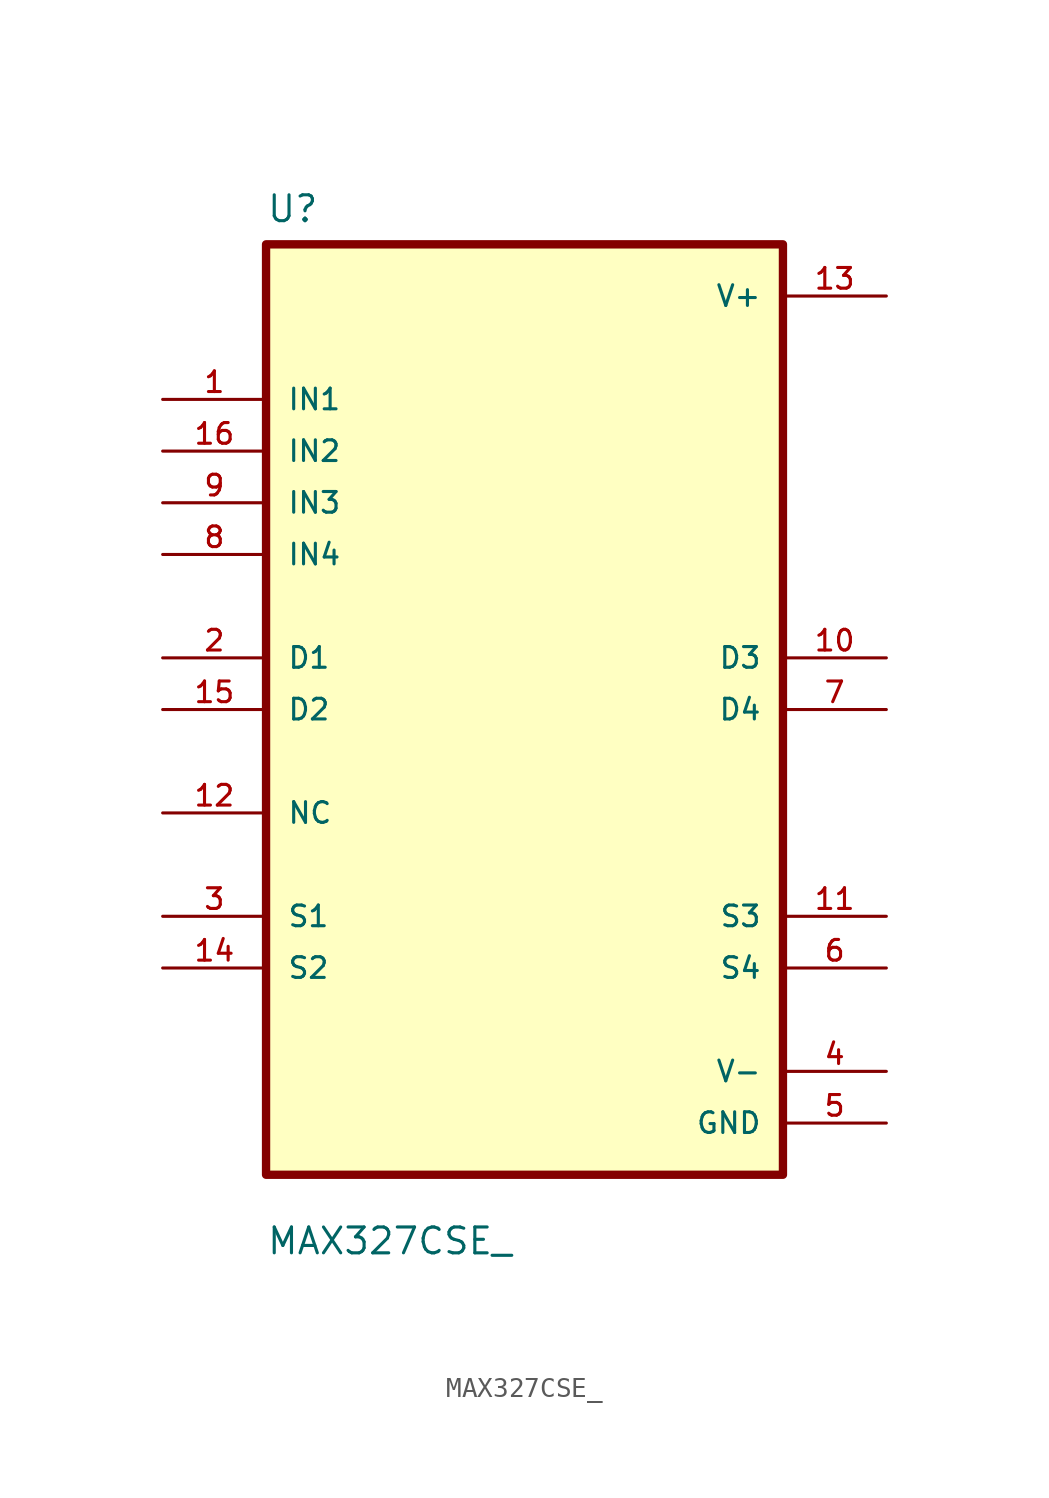
<source format=kicad_sym>
(kicad_symbol_lib
  (version 20211014)
  (generator kicad_symbol_editor)
  (symbol "MAX327CSE_"
    (pin_names
      (offset 1.016))
    (property "Reference" "U"
      (at -12.7 23.86 0.0)
      (effects (font (size 1.27 1.27)) (justify bottom left)))
    (property "Value" "MAX327CSE_"
      (at -12.7 -26.86 0.0)
      (effects (font (size 1.27 1.27)) (justify bottom left)))
    (symbol "MAX327CSE__0_0"
      (rectangle (start -12.7 -22.86) (end 12.7 22.86) (stroke (width 0.41)) (fill (type background)))
      (pin input line (at -17.78 15.24 0) (length 5.08) (name "IN1" (effects (font (size 1.016 1.016)))) (number "1" (effects (font (size 1.016 1.016)))))
      (pin input line (at -17.78 12.7 0) (length 5.08) (name "IN2" (effects (font (size 1.016 1.016)))) (number "16" (effects (font (size 1.016 1.016)))))
      (pin input line (at -17.78 10.16 0) (length 5.08) (name "IN3" (effects (font (size 1.016 1.016)))) (number "9" (effects (font (size 1.016 1.016)))))
      (pin input line (at -17.78 7.62 0) (length 5.08) (name "IN4" (effects (font (size 1.016 1.016)))) (number "8" (effects (font (size 1.016 1.016)))))
      (pin bidirectional line (at -17.78 2.54 0) (length 5.08) (name "D1" (effects (font (size 1.016 1.016)))) (number "2" (effects (font (size 1.016 1.016)))))
      (pin bidirectional line (at -17.78 3.55271e-15 0) (length 5.08) (name "D2" (effects (font (size 1.016 1.016)))) (number "15" (effects (font (size 1.016 1.016)))))
      (pin bidirectional line (at -17.78 -5.08 0) (length 5.08) (name "NC" (effects (font (size 1.016 1.016)))) (number "12" (effects (font (size 1.016 1.016)))))
      (pin bidirectional line (at -17.78 -10.16 0) (length 5.08) (name "S1" (effects (font (size 1.016 1.016)))) (number "3" (effects (font (size 1.016 1.016)))))
      (pin bidirectional line (at -17.78 -12.7 0) (length 5.08) (name "S2" (effects (font (size 1.016 1.016)))) (number "14" (effects (font (size 1.016 1.016)))))
      (pin power_in line (at 17.78 20.32 180.0) (length 5.08) (name "V+" (effects (font (size 1.016 1.016)))) (number "13" (effects (font (size 1.016 1.016)))))
      (pin bidirectional line (at 17.78 2.54 180.0) (length 5.08) (name "D3" (effects (font (size 1.016 1.016)))) (number "10" (effects (font (size 1.016 1.016)))))
      (pin bidirectional line (at 17.78 8.88178e-16 180.0) (length 5.08) (name "D4" (effects (font (size 1.016 1.016)))) (number "7" (effects (font (size 1.016 1.016)))))
      (pin bidirectional line (at 17.78 -10.16 180.0) (length 5.08) (name "S3" (effects (font (size 1.016 1.016)))) (number "11" (effects (font (size 1.016 1.016)))))
      (pin bidirectional line (at 17.78 -12.7 180.0) (length 5.08) (name "S4" (effects (font (size 1.016 1.016)))) (number "6" (effects (font (size 1.016 1.016)))))
      (pin power_in line (at 17.78 -17.78 180.0) (length 5.08) (name "V-" (effects (font (size 1.016 1.016)))) (number "4" (effects (font (size 1.016 1.016)))))
      (pin power_in line (at 17.78 -20.32 180.0) (length 5.08) (name "GND" (effects (font (size 1.016 1.016)))) (number "5" (effects (font (size 1.016 1.016))))))))
</source>
